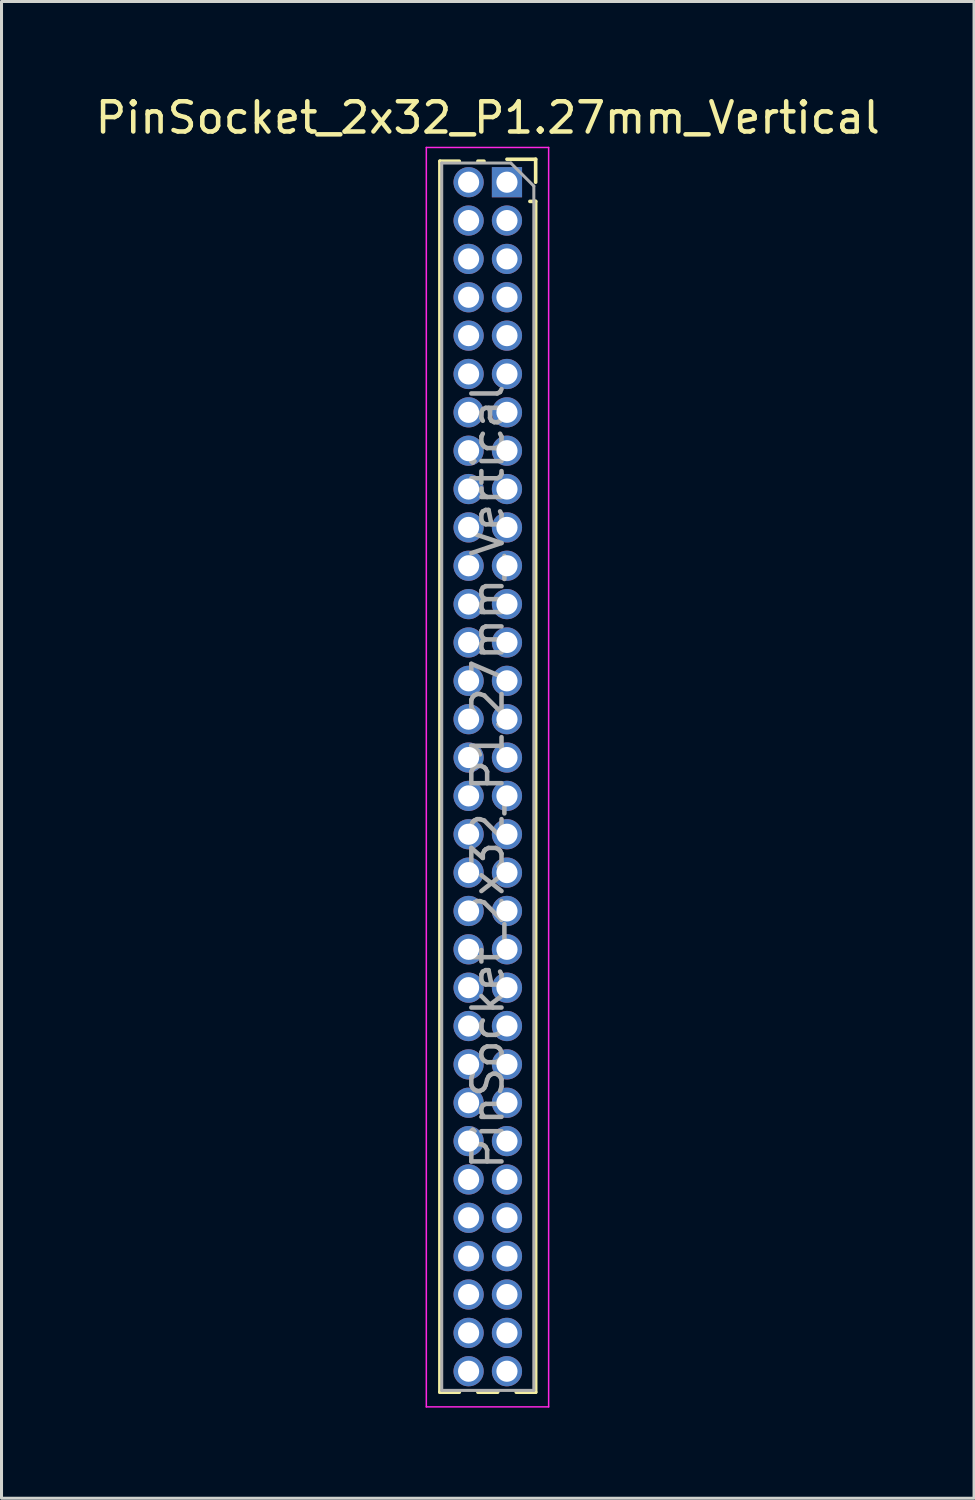
<source format=kicad_pcb>
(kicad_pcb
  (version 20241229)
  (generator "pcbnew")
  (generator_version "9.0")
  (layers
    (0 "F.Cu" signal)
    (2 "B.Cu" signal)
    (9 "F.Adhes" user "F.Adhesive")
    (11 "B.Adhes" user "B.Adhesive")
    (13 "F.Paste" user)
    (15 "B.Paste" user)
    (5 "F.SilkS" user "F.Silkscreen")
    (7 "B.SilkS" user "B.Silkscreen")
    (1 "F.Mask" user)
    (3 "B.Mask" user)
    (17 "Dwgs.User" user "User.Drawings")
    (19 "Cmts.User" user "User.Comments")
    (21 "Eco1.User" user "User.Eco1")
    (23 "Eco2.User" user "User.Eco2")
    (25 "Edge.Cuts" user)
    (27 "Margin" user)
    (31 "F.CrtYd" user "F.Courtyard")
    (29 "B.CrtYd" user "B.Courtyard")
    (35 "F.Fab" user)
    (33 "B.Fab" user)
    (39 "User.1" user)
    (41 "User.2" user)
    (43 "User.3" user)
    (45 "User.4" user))
  (footprint "PinSocket_2x32_P1.27mm_Vertical"
    (layer "F.Cu")
    (at 13.736 2.983)
    (property "Reference" "PinSocket_2x32_P1.27mm_Vertical" (at -0.635 -2.135 0) (layer "F.SilkS") (effects (font (size 1 1) (thickness 0.15))))
    (attr through_hole)
    (fp_line (start -2.22 -0.695) (end -2.22 40.065) (stroke (width 0.12) (type solid)) (layer "F.SilkS"))
    (fp_line (start -2.22 -0.695) (end -1.578 -0.695) (stroke (width 0.12) (type solid)) (layer "F.SilkS"))
    (fp_line (start -2.22 40.065) (end -1.578 40.065) (stroke (width 0.12) (type solid)) (layer "F.SilkS"))
    (fp_line (start -0.962 -0.695) (end -0.76 -0.695) (stroke (width 0.12) (type solid)) (layer "F.SilkS"))
    (fp_line (start -0.962 40.065) (end -0.308 40.065) (stroke (width 0.12) (type solid)) (layer "F.SilkS"))
    (fp_line (start 0 -0.76) (end 0.95 -0.76) (stroke (width 0.12) (type solid)) (layer "F.SilkS"))
    (fp_line (start 0.308 40.065) (end 0.95 40.065) (stroke (width 0.12) (type solid)) (layer "F.SilkS"))
    (fp_line (start 0.76 0.635) (end 0.95 0.635) (stroke (width 0.12) (type solid)) (layer "F.SilkS"))
    (fp_line (start 0.95 -0.76) (end 0.95 0) (stroke (width 0.12) (type solid)) (layer "F.SilkS"))
    (fp_line (start 0.95 0.635) (end 0.95 40.065) (stroke (width 0.12) (type solid)) (layer "F.SilkS"))
    (fp_line (start -2.67 -1.15) (end 1.38 -1.15) (stroke (width 0.05) (type solid)) (layer "F.CrtYd"))
    (fp_line (start -2.67 40.55) (end -2.67 -1.15) (stroke (width 0.05) (type solid)) (layer "F.CrtYd"))
    (fp_line (start 1.38 -1.15) (end 1.38 40.55) (stroke (width 0.05) (type solid)) (layer "F.CrtYd"))
    (fp_line (start 1.38 40.55) (end -2.67 40.55) (stroke (width 0.05) (type solid)) (layer "F.CrtYd"))
    (fp_line (start -2.16 -0.635) (end 0.128 -0.635) (stroke (width 0.1) (type solid)) (layer "F.Fab"))
    (fp_line (start -2.16 40.005) (end -2.16 -0.635) (stroke (width 0.1) (type solid)) (layer "F.Fab"))
    (fp_line (start 0.128 -0.635) (end 0.89 0.128) (stroke (width 0.1) (type solid)) (layer "F.Fab"))
    (fp_line (start 0.89 0.128) (end 0.89 40.005) (stroke (width 0.1) (type solid)) (layer "F.Fab"))
    (fp_line (start 0.89 40.005) (end -2.16 40.005) (stroke (width 0.1) (type solid)) (layer "F.Fab"))
    (fp_text user "${REFERENCE}" (at -0.635 19.685 90) (layer "F.Fab") (effects (font (size 1 1) (thickness 0.15))))
    (pad "1" thru_hole rect (at 0 0) (size 1 1) (drill 0.7) (layers "*.Cu" "*.Mask"))
    (pad "2" thru_hole oval (at -1.27 0) (size 1 1) (drill 0.7) (layers "*.Cu" "*.Mask"))
    (pad "3" thru_hole oval (at 0 1.27) (size 1 1) (drill 0.7) (layers "*.Cu" "*.Mask"))
    (pad "4" thru_hole oval (at -1.27 1.27) (size 1 1) (drill 0.7) (layers "*.Cu" "*.Mask"))
    (pad "5" thru_hole oval (at 0 2.54) (size 1 1) (drill 0.7) (layers "*.Cu" "*.Mask"))
    (pad "6" thru_hole oval (at -1.27 2.54) (size 1 1) (drill 0.7) (layers "*.Cu" "*.Mask"))
    (pad "7" thru_hole oval (at 0 3.81) (size 1 1) (drill 0.7) (layers "*.Cu" "*.Mask"))
    (pad "8" thru_hole oval (at -1.27 3.81) (size 1 1) (drill 0.7) (layers "*.Cu" "*.Mask"))
    (pad "9" thru_hole oval (at 0 5.08) (size 1 1) (drill 0.7) (layers "*.Cu" "*.Mask"))
    (pad "10" thru_hole oval (at -1.27 5.08) (size 1 1) (drill 0.7) (layers "*.Cu" "*.Mask"))
    (pad "11" thru_hole oval (at 0 6.35) (size 1 1) (drill 0.7) (layers "*.Cu" "*.Mask"))
    (pad "12" thru_hole oval (at -1.27 6.35) (size 1 1) (drill 0.7) (layers "*.Cu" "*.Mask"))
    (pad "13" thru_hole oval (at 0 7.62) (size 1 1) (drill 0.7) (layers "*.Cu" "*.Mask"))
    (pad "14" thru_hole oval (at -1.27 7.62) (size 1 1) (drill 0.7) (layers "*.Cu" "*.Mask"))
    (pad "15" thru_hole oval (at 0 8.89) (size 1 1) (drill 0.7) (layers "*.Cu" "*.Mask"))
    (pad "16" thru_hole oval (at -1.27 8.89) (size 1 1) (drill 0.7) (layers "*.Cu" "*.Mask"))
    (pad "17" thru_hole oval (at 0 10.16) (size 1 1) (drill 0.7) (layers "*.Cu" "*.Mask"))
    (pad "18" thru_hole oval (at -1.27 10.16) (size 1 1) (drill 0.7) (layers "*.Cu" "*.Mask"))
    (pad "19" thru_hole oval (at 0 11.43) (size 1 1) (drill 0.7) (layers "*.Cu" "*.Mask"))
    (pad "20" thru_hole oval (at -1.27 11.43) (size 1 1) (drill 0.7) (layers "*.Cu" "*.Mask"))
    (pad "21" thru_hole oval (at 0 12.7) (size 1 1) (drill 0.7) (layers "*.Cu" "*.Mask"))
    (pad "22" thru_hole oval (at -1.27 12.7) (size 1 1) (drill 0.7) (layers "*.Cu" "*.Mask"))
    (pad "23" thru_hole oval (at 0 13.97) (size 1 1) (drill 0.7) (layers "*.Cu" "*.Mask"))
    (pad "24" thru_hole oval (at -1.27 13.97) (size 1 1) (drill 0.7) (layers "*.Cu" "*.Mask"))
    (pad "25" thru_hole oval (at 0 15.24) (size 1 1) (drill 0.7) (layers "*.Cu" "*.Mask"))
    (pad "26" thru_hole oval (at -1.27 15.24) (size 1 1) (drill 0.7) (layers "*.Cu" "*.Mask"))
    (pad "27" thru_hole oval (at 0 16.51) (size 1 1) (drill 0.7) (layers "*.Cu" "*.Mask"))
    (pad "28" thru_hole oval (at -1.27 16.51) (size 1 1) (drill 0.7) (layers "*.Cu" "*.Mask"))
    (pad "29" thru_hole oval (at 0 17.78) (size 1 1) (drill 0.7) (layers "*.Cu" "*.Mask"))
    (pad "30" thru_hole oval (at -1.27 17.78) (size 1 1) (drill 0.7) (layers "*.Cu" "*.Mask"))
    (pad "31" thru_hole oval (at 0 19.05) (size 1 1) (drill 0.7) (layers "*.Cu" "*.Mask"))
    (pad "32" thru_hole oval (at -1.27 19.05) (size 1 1) (drill 0.7) (layers "*.Cu" "*.Mask"))
    (pad "33" thru_hole oval (at 0 20.32) (size 1 1) (drill 0.7) (layers "*.Cu" "*.Mask"))
    (pad "34" thru_hole oval (at -1.27 20.32) (size 1 1) (drill 0.7) (layers "*.Cu" "*.Mask"))
    (pad "35" thru_hole oval (at 0 21.59) (size 1 1) (drill 0.7) (layers "*.Cu" "*.Mask"))
    (pad "36" thru_hole oval (at -1.27 21.59) (size 1 1) (drill 0.7) (layers "*.Cu" "*.Mask"))
    (pad "37" thru_hole oval (at 0 22.86) (size 1 1) (drill 0.7) (layers "*.Cu" "*.Mask"))
    (pad "38" thru_hole oval (at -1.27 22.86) (size 1 1) (drill 0.7) (layers "*.Cu" "*.Mask"))
    (pad "39" thru_hole oval (at 0 24.13) (size 1 1) (drill 0.7) (layers "*.Cu" "*.Mask"))
    (pad "40" thru_hole oval (at -1.27 24.13) (size 1 1) (drill 0.7) (layers "*.Cu" "*.Mask"))
    (pad "41" thru_hole oval (at 0 25.4) (size 1 1) (drill 0.7) (layers "*.Cu" "*.Mask"))
    (pad "42" thru_hole oval (at -1.27 25.4) (size 1 1) (drill 0.7) (layers "*.Cu" "*.Mask"))
    (pad "43" thru_hole oval (at 0 26.67) (size 1 1) (drill 0.7) (layers "*.Cu" "*.Mask"))
    (pad "44" thru_hole oval (at -1.27 26.67) (size 1 1) (drill 0.7) (layers "*.Cu" "*.Mask"))
    (pad "45" thru_hole oval (at 0 27.94) (size 1 1) (drill 0.7) (layers "*.Cu" "*.Mask"))
    (pad "46" thru_hole oval (at -1.27 27.94) (size 1 1) (drill 0.7) (layers "*.Cu" "*.Mask"))
    (pad "47" thru_hole oval (at 0 29.21) (size 1 1) (drill 0.7) (layers "*.Cu" "*.Mask"))
    (pad "48" thru_hole oval (at -1.27 29.21) (size 1 1) (drill 0.7) (layers "*.Cu" "*.Mask"))
    (pad "49" thru_hole oval (at 0 30.48) (size 1 1) (drill 0.7) (layers "*.Cu" "*.Mask"))
    (pad "50" thru_hole oval (at -1.27 30.48) (size 1 1) (drill 0.7) (layers "*.Cu" "*.Mask"))
    (pad "51" thru_hole oval (at 0 31.75) (size 1 1) (drill 0.7) (layers "*.Cu" "*.Mask"))
    (pad "52" thru_hole oval (at -1.27 31.75) (size 1 1) (drill 0.7) (layers "*.Cu" "*.Mask"))
    (pad "53" thru_hole oval (at 0 33.02) (size 1 1) (drill 0.7) (layers "*.Cu" "*.Mask"))
    (pad "54" thru_hole oval (at -1.27 33.02) (size 1 1) (drill 0.7) (layers "*.Cu" "*.Mask"))
    (pad "55" thru_hole oval (at 0 34.29) (size 1 1) (drill 0.7) (layers "*.Cu" "*.Mask"))
    (pad "56" thru_hole oval (at -1.27 34.29) (size 1 1) (drill 0.7) (layers "*.Cu" "*.Mask"))
    (pad "57" thru_hole oval (at 0 35.56) (size 1 1) (drill 0.7) (layers "*.Cu" "*.Mask"))
    (pad "58" thru_hole oval (at -1.27 35.56) (size 1 1) (drill 0.7) (layers "*.Cu" "*.Mask"))
    (pad "59" thru_hole oval (at 0 36.83) (size 1 1) (drill 0.7) (layers "*.Cu" "*.Mask"))
    (pad "60" thru_hole oval (at -1.27 36.83) (size 1 1) (drill 0.7) (layers "*.Cu" "*.Mask"))
    (pad "61" thru_hole oval (at 0 38.1) (size 1 1) (drill 0.7) (layers "*.Cu" "*.Mask"))
    (pad "62" thru_hole oval (at -1.27 38.1) (size 1 1) (drill 0.7) (layers "*.Cu" "*.Mask"))
    (pad "63" thru_hole oval (at 0 39.37) (size 1 1) (drill 0.7) (layers "*.Cu" "*.Mask"))
    (pad "64" thru_hole oval (at -1.27 39.37) (size 1 1) (drill 0.7) (layers "*.Cu" "*.Mask")))
  (gr_rect
    (start -3 -3)
    (end 29.202 46.558)
    (stroke (width 0.1) (type default))
    (fill no)
    (layer "Edge.Cuts")))
</source>
